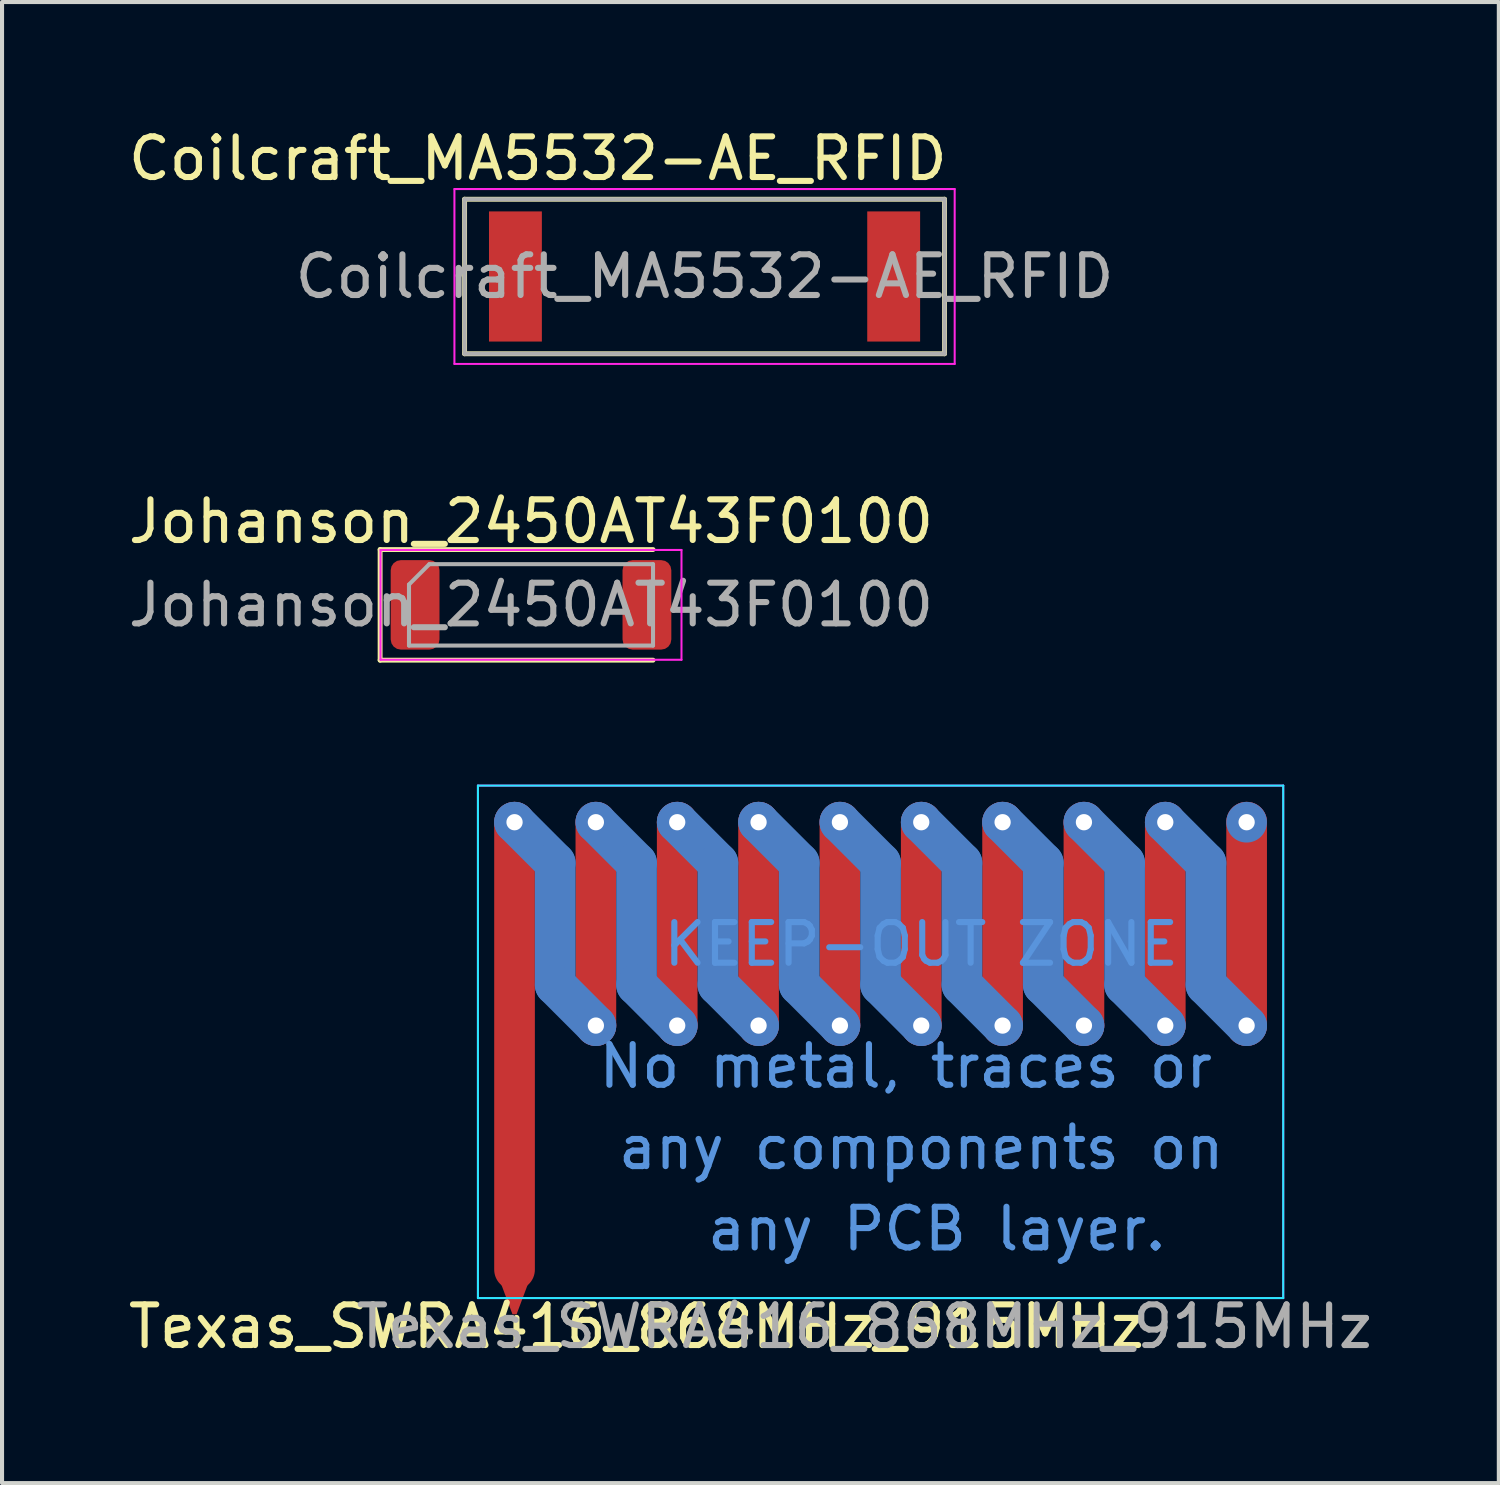
<source format=kicad_pcb>
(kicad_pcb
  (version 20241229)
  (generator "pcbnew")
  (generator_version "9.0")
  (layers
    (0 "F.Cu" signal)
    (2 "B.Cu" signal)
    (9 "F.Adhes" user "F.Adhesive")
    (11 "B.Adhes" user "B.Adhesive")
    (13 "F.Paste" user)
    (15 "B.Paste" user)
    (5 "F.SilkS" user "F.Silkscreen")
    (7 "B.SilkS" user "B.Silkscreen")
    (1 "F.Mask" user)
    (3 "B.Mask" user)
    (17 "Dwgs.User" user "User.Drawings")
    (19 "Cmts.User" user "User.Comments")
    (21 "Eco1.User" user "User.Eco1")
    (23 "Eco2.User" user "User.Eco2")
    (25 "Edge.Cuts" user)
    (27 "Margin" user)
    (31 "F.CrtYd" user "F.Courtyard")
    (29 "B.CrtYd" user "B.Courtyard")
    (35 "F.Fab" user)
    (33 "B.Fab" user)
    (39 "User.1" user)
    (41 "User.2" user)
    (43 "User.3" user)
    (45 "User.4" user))
  (footprint "Johanson_2450AT43F0100"
    (layer "F.Cu")
    (at 10.006 11.822)
    (property "Reference" "Johanson_2450AT43F0100" (at 0 -2.05 0) (layer "F.SilkS") (effects (font (size 1 1) (thickness 0.15))))
    (attr smd)
    (fp_line (start -3.71 -1.36) (end -3.71 1.36) (stroke (width 0.12) (type solid)) (layer "F.SilkS"))
    (fp_line (start -3.71 1.36) (end 3 1.36) (stroke (width 0.12) (type solid)) (layer "F.SilkS"))
    (fp_line (start 3 -1.36) (end -3.71 -1.36) (stroke (width 0.12) (type solid)) (layer "F.SilkS"))
    (fp_line (start -3.7 -1.35) (end 3.7 -1.35) (stroke (width 0.05) (type solid)) (layer "F.CrtYd"))
    (fp_line (start -3.7 1.35) (end -3.7 -1.35) (stroke (width 0.05) (type solid)) (layer "F.CrtYd"))
    (fp_line (start 3.7 -1.35) (end 3.7 1.35) (stroke (width 0.05) (type solid)) (layer "F.CrtYd"))
    (fp_line (start 3.7 1.35) (end -3.7 1.35) (stroke (width 0.05) (type solid)) (layer "F.CrtYd"))
    (fp_line (start -3 -0.5) (end -3 1) (stroke (width 0.1) (type solid)) (layer "F.Fab"))
    (fp_line (start -3 1) (end 3 1) (stroke (width 0.1) (type solid)) (layer "F.Fab"))
    (fp_line (start -2.5 -1) (end -3 -0.5) (stroke (width 0.1) (type solid)) (layer "F.Fab"))
    (fp_line (start 3 -1) (end -2.5 -1) (stroke (width 0.1) (type solid)) (layer "F.Fab"))
    (fp_line (start 3 1) (end 3 -1) (stroke (width 0.1) (type solid)) (layer "F.Fab"))
    (fp_text user "${REFERENCE}" (at 0 0 0) (layer "F.Fab") (effects (font (size 1 1) (thickness 0.15))))
    (pad "1" smd roundrect (at -2.85 0) (size 1.2 2.2) (layers "F.Cu" "F.Mask" "F.Paste") (roundrect_rratio 0.208))
    (pad "2" smd roundrect (at 2.85 0) (size 1.2 2.2) (layers "F.Cu" "F.Mask" "F.Paste") (roundrect_rratio 0.208)))
  (footprint "Coilcraft_MA5532-AE_RFID"
    (layer "F.Cu")
    (at 14.273 3.748)
    (property "Reference" "Coilcraft_MA5532-AE_RFID" (at -4.1 -2.9 0) (layer "F.SilkS") (effects (font (size 1 1) (thickness 0.15))))
    (attr smd)
    (fp_line (start -5.9 -1.9) (end -5.9 1.9) (stroke (width 0.12) (type solid)) (layer "F.SilkS"))
    (fp_line (start -5.9 1.9) (end 5.9 1.9) (stroke (width 0.12) (type solid)) (layer "F.SilkS"))
    (fp_line (start 5.9 -1.9) (end -5.9 -1.9) (stroke (width 0.12) (type solid)) (layer "F.SilkS"))
    (fp_line (start 5.9 1.9) (end 5.9 -1.9) (stroke (width 0.12) (type solid)) (layer "F.SilkS"))
    (fp_line (start -6.15 -2.15) (end -6.15 2.15) (stroke (width 0.05) (type solid)) (layer "F.CrtYd"))
    (fp_line (start -6.15 2.15) (end 6.15 2.15) (stroke (width 0.05) (type solid)) (layer "F.CrtYd"))
    (fp_line (start 6.15 -2.15) (end -6.15 -2.15) (stroke (width 0.05) (type solid)) (layer "F.CrtYd"))
    (fp_line (start 6.15 2.15) (end 6.15 -2.15) (stroke (width 0.05) (type solid)) (layer "F.CrtYd"))
    (fp_line (start -5.9 -1.9) (end 5.9 -1.9) (stroke (width 0.1) (type solid)) (layer "F.Fab"))
    (fp_line (start -5.9 1.9) (end -5.9 -1.9) (stroke (width 0.1) (type solid)) (layer "F.Fab"))
    (fp_line (start 5.9 -1.9) (end 5.9 1.9) (stroke (width 0.1) (type solid)) (layer "F.Fab"))
    (fp_line (start 5.9 1.9) (end -5.9 1.9) (stroke (width 0.1) (type solid)) (layer "F.Fab"))
    (fp_text user "${REFERENCE}" (at 0 0 0) (layer "F.Fab") (effects (font (size 1 1) (thickness 0.15))))
    (pad "1" smd rect (at -4.65 0) (size 1.3 3.2) (layers "F.Cu" "F.Mask" "F.Paste"))
    (pad "2" smd rect (at 4.65 0) (size 1.3 3.2) (layers "F.Cu" "F.Mask" "F.Paste")))
  (footprint "Texas_SWRA416_868MHz_915MHz"
    (layer "F.Cu")
    (at 18.601 22.966)
    (property "Reference" "Texas_SWRA416_868MHz_915MHz" (at -6 6.6 0) (layer "F.SilkS") (effects (font (size 1 1) (thickness 0.15))))
    (attr smd)
    (fp_line (start -9 5.2) (end -9 -5.8) (stroke (width 1) (type solid)) (layer "F.Cu"))
    (fp_line (start -7 -5.8) (end -7 -0.8) (stroke (width 1) (type solid)) (layer "F.Cu"))
    (fp_line (start -5 -5.8) (end -5 -0.8) (stroke (width 1) (type solid)) (layer "F.Cu"))
    (fp_line (start -3 -5.8) (end -3 -0.8) (stroke (width 1) (type solid)) (layer "F.Cu"))
    (fp_line (start -1 -5.8) (end -1 -0.8) (stroke (width 1) (type solid)) (layer "F.Cu"))
    (fp_line (start 1 -5.8) (end 1 -0.8) (stroke (width 1) (type solid)) (layer "F.Cu"))
    (fp_line (start 3 -5.8) (end 3 -0.8) (stroke (width 1) (type solid)) (layer "F.Cu"))
    (fp_line (start 5 -5.8) (end 5 -0.8) (stroke (width 1) (type solid)) (layer "F.Cu"))
    (fp_line (start 7 -5.8) (end 7 -0.8) (stroke (width 1) (type solid)) (layer "F.Cu"))
    (fp_line (start 9 -5.8) (end 9 -0.8) (stroke (width 1) (type solid)) (layer "F.Cu"))
    (fp_line (start -9 -5.8) (end -8 -4.8) (stroke (width 1) (type solid)) (layer "B.Cu"))
    (fp_line (start -8 -4.8) (end -8 -1.8) (stroke (width 1) (type solid)) (layer "B.Cu"))
    (fp_line (start -8 -1.8) (end -7 -0.8) (stroke (width 1) (type solid)) (layer "B.Cu"))
    (fp_line (start -7 -5.8) (end -6 -4.8) (stroke (width 1) (type solid)) (layer "B.Cu"))
    (fp_line (start -6 -4.8) (end -6 -1.8) (stroke (width 1) (type solid)) (layer "B.Cu"))
    (fp_line (start -6 -1.8) (end -5 -0.8) (stroke (width 1) (type solid)) (layer "B.Cu"))
    (fp_line (start -5 -5.8) (end -4 -4.8) (stroke (width 1) (type solid)) (layer "B.Cu"))
    (fp_line (start -4 -4.8) (end -4 -1.8) (stroke (width 1) (type solid)) (layer "B.Cu"))
    (fp_line (start -4 -1.8) (end -3 -0.8) (stroke (width 1) (type solid)) (layer "B.Cu"))
    (fp_line (start -3 -5.8) (end -2 -4.8) (stroke (width 1) (type solid)) (layer "B.Cu"))
    (fp_line (start -2 -4.8) (end -2 -1.8) (stroke (width 1) (type solid)) (layer "B.Cu"))
    (fp_line (start -2 -1.8) (end -1 -0.8) (stroke (width 1) (type solid)) (layer "B.Cu"))
    (fp_line (start -1 -5.8) (end 0 -4.8) (stroke (width 1) (type solid)) (layer "B.Cu"))
    (fp_line (start 0 -4.8) (end 0 -1.8) (stroke (width 1) (type solid)) (layer "B.Cu"))
    (fp_line (start 0 -1.8) (end 1 -0.8) (stroke (width 1) (type solid)) (layer "B.Cu"))
    (fp_line (start 1 -5.8) (end 2 -4.8) (stroke (width 1) (type solid)) (layer "B.Cu"))
    (fp_line (start 2 -4.8) (end 2 -1.8) (stroke (width 1) (type solid)) (layer "B.Cu"))
    (fp_line (start 2 -1.8) (end 3 -0.8) (stroke (width 1) (type solid)) (layer "B.Cu"))
    (fp_line (start 3 -5.8) (end 4 -4.8) (stroke (width 1) (type solid)) (layer "B.Cu"))
    (fp_line (start 4 -4.8) (end 4 -1.8) (stroke (width 1) (type solid)) (layer "B.Cu"))
    (fp_line (start 4 -1.8) (end 5 -0.8) (stroke (width 1) (type solid)) (layer "B.Cu"))
    (fp_line (start 5 -5.8) (end 6 -4.8) (stroke (width 1) (type solid)) (layer "B.Cu"))
    (fp_line (start 6 -4.8) (end 6 -1.8) (stroke (width 1) (type solid)) (layer "B.Cu"))
    (fp_line (start 6 -1.8) (end 7 -0.8) (stroke (width 1) (type solid)) (layer "B.Cu"))
    (fp_line (start 7 -5.8) (end 8 -4.8) (stroke (width 1) (type solid)) (layer "B.Cu"))
    (fp_line (start 8 -4.8) (end 8 -1.8) (stroke (width 1) (type solid)) (layer "B.Cu"))
    (fp_line (start 8 -1.8) (end 9 -0.8) (stroke (width 1) (type solid)) (layer "B.Cu"))
    (fp_line (start -9.9 -6.7) (end -9.9 5.9) (stroke (width 0.05) (type solid)) (layer "B.CrtYd"))
    (fp_line (start -9.9 5.9) (end 9.9 5.9) (stroke (width 0.05) (type solid)) (layer "B.CrtYd"))
    (fp_line (start 9.9 -6.7) (end -9.9 -6.7) (stroke (width 0.05) (type solid)) (layer "B.CrtYd"))
    (fp_line (start 9.9 5.9) (end 9.9 -6.7) (stroke (width 0.05) (type solid)) (layer "B.CrtYd"))
    (fp_line (start -9.9 -6.7) (end -9.9 5.9) (stroke (width 0.05) (type solid)) (layer "F.CrtYd"))
    (fp_line (start -9.9 5.9) (end 9.9 5.9) (stroke (width 0.05) (type solid)) (layer "F.CrtYd"))
    (fp_line (start 9.9 -6.7) (end -9.9 -6.7) (stroke (width 0.05) (type solid)) (layer "F.CrtYd"))
    (fp_line (start 9.9 5.9) (end 9.9 -6.7) (stroke (width 0.05) (type solid)) (layer "F.CrtYd"))
    (fp_text user "No metal, traces or " (at 1 0.2 0) (layer "Cmts.User") (effects (font (size 1 1) (thickness 0.15))))
    (fp_text user "any components on" (at 1 2.2 0) (layer "Cmts.User") (effects (font (size 1 1) (thickness 0.15))))
    (fp_text user "KEEP-OUT ZONE" (at 1 -2.8 0) (layer "Cmts.User") (effects (font (size 1 1) (thickness 0.15))))
    (fp_text user " any PCB layer." (at 1 4.2 0) (layer "Cmts.User") (effects (font (size 1 1) (thickness 0.15))))
    (fp_text user "${REFERENCE}" (at -0.4 6.6 0) (layer "F.Fab") (effects (font (size 1 1) (thickness 0.15))))
    (pad "" thru_hole circle (at -9 -5.8 180) (size 1 1) (drill 0.4) (layers "*.Cu"))
    (pad "" thru_hole circle (at -7 -5.8 180) (size 1 1) (drill 0.4) (layers "*.Cu"))
    (pad "" thru_hole circle (at -7 -0.8 180) (size 1 1) (drill 0.4) (layers "*.Cu"))
    (pad "" thru_hole circle (at -5 -5.8 180) (size 1 1) (drill 0.4) (layers "*.Cu"))
    (pad "" thru_hole circle (at -5 -0.8 180) (size 1 1) (drill 0.4) (layers "*.Cu"))
    (pad "" thru_hole circle (at -3 -5.8 180) (size 1 1) (drill 0.4) (layers "*.Cu"))
    (pad "" thru_hole circle (at -3 -0.8 180) (size 1 1) (drill 0.4) (layers "*.Cu"))
    (pad "" thru_hole circle (at -1 -5.8 180) (size 1 1) (drill 0.4) (layers "*.Cu"))
    (pad "" thru_hole circle (at -1 -0.8 180) (size 1 1) (drill 0.4) (layers "*.Cu"))
    (pad "" thru_hole circle (at 1 -5.8 180) (size 1 1) (drill 0.4) (layers "*.Cu"))
    (pad "" thru_hole circle (at 1 -0.8 180) (size 1 1) (drill 0.4) (layers "*.Cu"))
    (pad "" thru_hole circle (at 3 -5.8 180) (size 1 1) (drill 0.4) (layers "*.Cu"))
    (pad "" thru_hole circle (at 3 -0.8 180) (size 1 1) (drill 0.4) (layers "*.Cu"))
    (pad "" thru_hole circle (at 5 -5.8 180) (size 1 1) (drill 0.4) (layers "*.Cu"))
    (pad "" thru_hole circle (at 5 -0.8 180) (size 1 1) (drill 0.4) (layers "*.Cu"))
    (pad "" thru_hole circle (at 7 -5.8 180) (size 1 1) (drill 0.4) (layers "*.Cu"))
    (pad "" thru_hole circle (at 7 -0.8 180) (size 1 1) (drill 0.4) (layers "*.Cu"))
    (pad "" thru_hole circle (at 9 -5.8 180) (size 1 1) (drill 0.4) (layers "*.Cu"))
    (pad "" thru_hole circle (at 9 -0.8 180) (size 1 1) (drill 0.4) (layers "*.Cu"))
    (pad "1" smd trapezoid (at -9 5.9 180) (size 0.4 0.8) (rect_delta 0 0.3) (layers "F.Cu"))
    (zone (net_name "") (layer "F.Cu") (hatch full 0.508) (connect_pads) (min_thickness 0.254) (filled_areas_thickness no) (keepout (tracks allowed) (vias allowed) (pads allowed) (copperpour not_allowed) (footprints not_allowed)) (placement (enabled no)) (fill) (polygon (pts (xy 8.901 28.666) (xy 28.301 28.666) (xy 28.301 16.466) (xy 8.901 16.466)))))
  (gr_rect
    (start -3 -3)
    (end 33.802 33.415)
    (stroke (width 0.1) (type default))
    (fill no)
    (layer "Edge.Cuts")))
</source>
